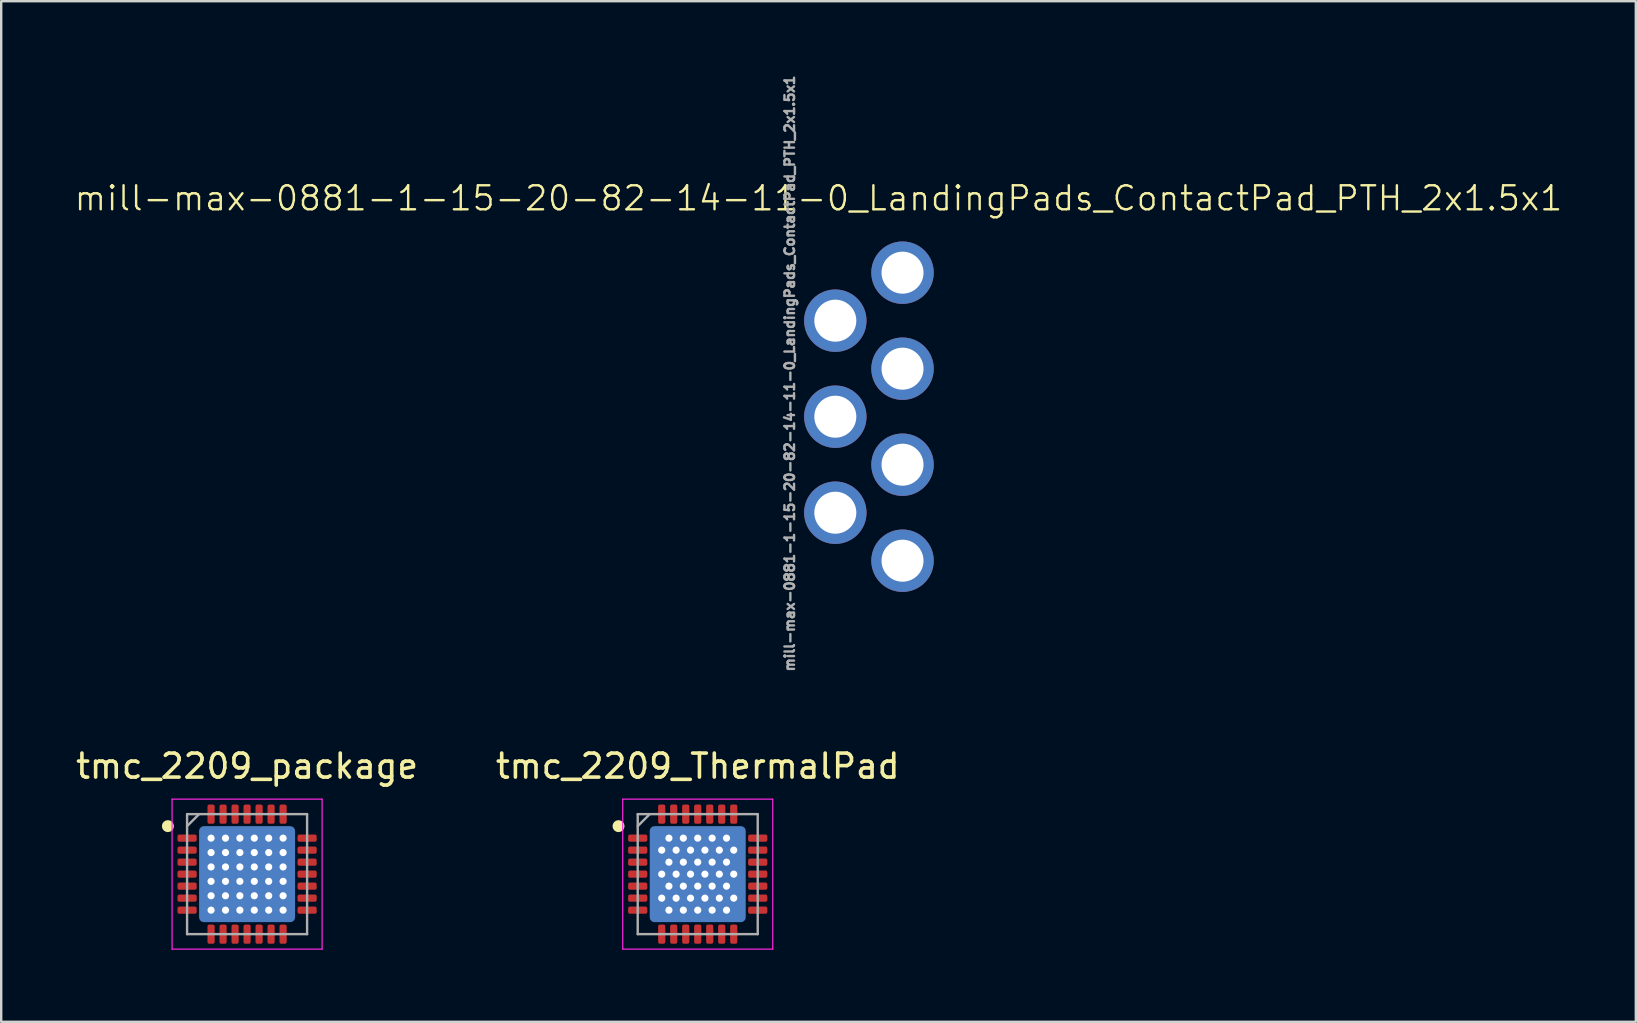
<source format=kicad_pcb>
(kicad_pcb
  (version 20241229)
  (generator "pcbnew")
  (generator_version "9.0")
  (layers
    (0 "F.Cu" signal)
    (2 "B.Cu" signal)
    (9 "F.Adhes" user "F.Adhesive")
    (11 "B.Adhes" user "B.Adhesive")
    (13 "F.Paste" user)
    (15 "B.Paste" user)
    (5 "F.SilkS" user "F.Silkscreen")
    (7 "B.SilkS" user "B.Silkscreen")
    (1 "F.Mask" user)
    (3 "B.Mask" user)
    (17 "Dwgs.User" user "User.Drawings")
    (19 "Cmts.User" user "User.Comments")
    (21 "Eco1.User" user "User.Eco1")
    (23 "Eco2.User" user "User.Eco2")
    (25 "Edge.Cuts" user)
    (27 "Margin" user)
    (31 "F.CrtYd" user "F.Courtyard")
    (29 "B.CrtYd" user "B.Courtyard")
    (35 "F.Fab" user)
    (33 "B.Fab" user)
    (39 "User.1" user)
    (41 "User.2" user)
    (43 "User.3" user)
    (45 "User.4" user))
  (footprint "tmc_2209_package"
    (layer "F.Cu")
    (at 7.244 33.368)
    (property "Reference" "tmc_2209_package" (at 0 -4.5 0) (layer "F.SilkS") (effects (font (size 1 1) (thickness 0.15))))
    (attr smd)
    (fp_circle (center -3.3 -2) (end -3.3 -1.875) (stroke (width 0.25) (type solid)) (fill no) (layer "F.SilkS"))
    (fp_line (start -3.125 -3.125) (end 3.125 -3.125) (stroke (width 0.05) (type solid)) (layer "F.CrtYd"))
    (fp_line (start -3.125 3.125) (end -3.125 -3.125) (stroke (width 0.05) (type solid)) (layer "F.CrtYd"))
    (fp_line (start 3.125 -3.125) (end 3.125 3.125) (stroke (width 0.05) (type solid)) (layer "F.CrtYd"))
    (fp_line (start 3.125 3.125) (end -3.125 3.125) (stroke (width 0.05) (type solid)) (layer "F.CrtYd"))
    (fp_line (start -2.5 -2.5) (end 2.5 -2.5) (stroke (width 0.1) (type solid)) (layer "F.Fab"))
    (fp_line (start -2.5 -2) (end -2 -2.5) (stroke (width 0.1) (type solid)) (layer "F.Fab"))
    (fp_line (start -2.5 2.5) (end -2.5 -2.5) (stroke (width 0.1) (type solid)) (layer "F.Fab"))
    (fp_line (start 2.5 -2.5) (end 2.5 2.5) (stroke (width 0.1) (type solid)) (layer "F.Fab"))
    (fp_line (start 2.5 2.5) (end -2.5 2.5) (stroke (width 0.1) (type solid)) (layer "F.Fab"))
    (pad "" smd roundrect (at -0.95 -0.95) (size 1.7 1.7) (layers "F.Paste") (roundrect_rratio 0.067))
    (pad "" smd roundrect (at -0.95 0.95) (size 1.7 1.7) (layers "F.Paste") (roundrect_rratio 0.067))
    (pad "" smd roundrect (at 0.95 -0.95) (size 1.7 1.7) (layers "F.Paste") (roundrect_rratio 0.067))
    (pad "" smd roundrect (at 0.95 0.95) (size 1.7 1.7) (layers "F.Paste") (roundrect_rratio 0.067))
    (pad "1" smd roundrect (at -2.5 -1.5 90) (size 0.3 0.8) (layers "F.Cu" "F.Mask" "F.Paste") (roundrect_rratio 0.25))
    (pad "2" smd roundrect (at -2.5 -1 90) (size 0.3 0.8) (layers "F.Cu" "F.Mask" "F.Paste") (roundrect_rratio 0.25))
    (pad "3" smd roundrect (at -2.5 -0.5 90) (size 0.3 0.8) (layers "F.Cu" "F.Mask" "F.Paste") (roundrect_rratio 0.25))
    (pad "4" smd roundrect (at -2.5 0 90) (size 0.3 0.8) (layers "F.Cu" "F.Mask" "F.Paste") (roundrect_rratio 0.25))
    (pad "5" smd roundrect (at -2.5 0.5 90) (size 0.3 0.8) (layers "F.Cu" "F.Mask" "F.Paste") (roundrect_rratio 0.25))
    (pad "6" smd roundrect (at -2.5 1 90) (size 0.3 0.8) (layers "F.Cu" "F.Mask" "F.Paste") (roundrect_rratio 0.25))
    (pad "7" smd roundrect (at -2.5 1.5 90) (size 0.3 0.8) (layers "F.Cu" "F.Mask" "F.Paste") (roundrect_rratio 0.25))
    (pad "8" smd roundrect (at -1.5 2.5) (size 0.3 0.8) (layers "F.Cu" "F.Mask" "F.Paste") (roundrect_rratio 0.25))
    (pad "9" smd roundrect (at -1 2.5) (size 0.3 0.8) (layers "F.Cu" "F.Mask" "F.Paste") (roundrect_rratio 0.25))
    (pad "10" smd roundrect (at -0.5 2.5) (size 0.3 0.8) (layers "F.Cu" "F.Mask" "F.Paste") (roundrect_rratio 0.25))
    (pad "11" smd roundrect (at 0 2.5) (size 0.3 0.8) (layers "F.Cu" "F.Mask" "F.Paste") (roundrect_rratio 0.25))
    (pad "12" smd roundrect (at 0.5 2.5) (size 0.3 0.8) (layers "F.Cu" "F.Mask" "F.Paste") (roundrect_rratio 0.25))
    (pad "13" smd roundrect (at 1 2.5) (size 0.3 0.8) (layers "F.Cu" "F.Mask" "F.Paste") (roundrect_rratio 0.25))
    (pad "14" smd roundrect (at 1.5 2.5) (size 0.3 0.8) (layers "F.Cu" "F.Mask" "F.Paste") (roundrect_rratio 0.25))
    (pad "15" smd roundrect (at 2.5 1.5 90) (size 0.3 0.8) (layers "F.Cu" "F.Mask" "F.Paste") (roundrect_rratio 0.25))
    (pad "16" smd roundrect (at 2.5 1 90) (size 0.3 0.8) (layers "F.Cu" "F.Mask" "F.Paste") (roundrect_rratio 0.25))
    (pad "17" smd roundrect (at 2.5 0.5 90) (size 0.3 0.8) (layers "F.Cu" "F.Mask" "F.Paste") (roundrect_rratio 0.25))
    (pad "18" smd roundrect (at 2.5 0 90) (size 0.3 0.8) (layers "F.Cu" "F.Mask" "F.Paste") (roundrect_rratio 0.25))
    (pad "19" smd roundrect (at 2.5 -0.5 90) (size 0.3 0.8) (layers "F.Cu" "F.Mask" "F.Paste") (roundrect_rratio 0.25))
    (pad "20" smd roundrect (at 2.5 -1 90) (size 0.3 0.8) (layers "F.Cu" "F.Mask" "F.Paste") (roundrect_rratio 0.25))
    (pad "21" smd roundrect (at 2.5 -1.5 90) (size 0.3 0.8) (layers "F.Cu" "F.Mask" "F.Paste") (roundrect_rratio 0.25))
    (pad "22" smd roundrect (at 1.5 -2.5) (size 0.3 0.8) (layers "F.Cu" "F.Mask" "F.Paste") (roundrect_rratio 0.25))
    (pad "23" smd roundrect (at 1 -2.5) (size 0.3 0.8) (layers "F.Cu" "F.Mask" "F.Paste") (roundrect_rratio 0.25))
    (pad "24" smd roundrect (at 0.5 -2.5) (size 0.3 0.8) (layers "F.Cu" "F.Mask" "F.Paste") (roundrect_rratio 0.25))
    (pad "25" smd roundrect (at 0 -2.5) (size 0.3 0.8) (layers "F.Cu" "F.Mask" "F.Paste") (roundrect_rratio 0.25))
    (pad "26" smd roundrect (at -0.5 -2.5) (size 0.3 0.8) (layers "F.Cu" "F.Mask" "F.Paste") (roundrect_rratio 0.25))
    (pad "27" smd roundrect (at -1 -2.5) (size 0.3 0.8) (layers "F.Cu" "F.Mask" "F.Paste") (roundrect_rratio 0.25))
    (pad "28" smd roundrect (at -1.5 -2.5) (size 0.3 0.8) (layers "F.Cu" "F.Mask" "F.Paste") (roundrect_rratio 0.25))
    (pad "29" thru_hole circle (at -1.5 -1.5) (size 0.55 0.55) (drill 0.3) (layers "*.Cu" "*.Mask"))
    (pad "29" thru_hole circle (at -1.5 -0.9) (size 0.55 0.55) (drill 0.3) (layers "*.Cu"))
    (pad "29" thru_hole circle (at -1.5 -0.3) (size 0.55 0.55) (drill 0.3) (layers "*.Cu"))
    (pad "29" thru_hole circle (at -1.5 0.3) (size 0.55 0.55) (drill 0.3) (layers "*.Cu"))
    (pad "29" thru_hole circle (at -1.5 0.9) (size 0.55 0.55) (drill 0.3) (layers "*.Cu"))
    (pad "29" thru_hole circle (at -1.5 1.5) (size 0.55 0.55) (drill 0.3) (layers "*.Cu"))
    (pad "29" thru_hole circle (at -0.9 -1.5) (size 0.55 0.55) (drill 0.3) (layers "*.Cu"))
    (pad "29" thru_hole circle (at -0.9 -0.9) (size 0.55 0.55) (drill 0.3) (layers "*.Cu"))
    (pad "29" thru_hole circle (at -0.9 -0.3) (size 0.55 0.55) (drill 0.3) (layers "*.Cu"))
    (pad "29" thru_hole circle (at -0.9 0.3) (size 0.55 0.55) (drill 0.3) (layers "*.Cu"))
    (pad "29" thru_hole circle (at -0.9 0.9) (size 0.55 0.55) (drill 0.3) (layers "*.Cu"))
    (pad "29" thru_hole circle (at -0.9 1.5) (size 0.55 0.55) (drill 0.3) (layers "*.Cu"))
    (pad "29" thru_hole circle (at -0.3 -1.5) (size 0.55 0.55) (drill 0.3) (layers "*.Cu"))
    (pad "29" thru_hole circle (at -0.3 -0.9) (size 0.55 0.55) (drill 0.3) (layers "*.Cu"))
    (pad "29" thru_hole circle (at -0.3 -0.3) (size 0.55 0.55) (drill 0.3) (layers "*.Cu"))
    (pad "29" thru_hole circle (at -0.3 0.3) (size 0.55 0.55) (drill 0.3) (layers "*.Cu"))
    (pad "29" thru_hole circle (at -0.3 0.9) (size 0.55 0.55) (drill 0.3) (layers "*.Cu"))
    (pad "29" thru_hole circle (at -0.3 1.5) (size 0.55 0.55) (drill 0.3) (layers "*.Cu"))
    (pad "29" smd roundrect (at 0 0) (size 3.8 3.8) (layers "F.Cu" "F.Mask") (roundrect_rratio 0.026))
    (pad "29" smd roundrect (at 0 0) (size 4 4) (layers "B.Cu" "B.Mask") (roundrect_rratio 0.05))
    (pad "29" thru_hole circle (at 0.3 -1.5) (size 0.55 0.55) (drill 0.3) (layers "*.Cu"))
    (pad "29" thru_hole circle (at 0.3 -0.9) (size 0.55 0.55) (drill 0.3) (layers "*.Cu"))
    (pad "29" thru_hole circle (at 0.3 -0.3) (size 0.55 0.55) (drill 0.3) (layers "*.Cu"))
    (pad "29" thru_hole circle (at 0.3 0.3) (size 0.55 0.55) (drill 0.3) (layers "*.Cu"))
    (pad "29" thru_hole circle (at 0.3 0.9) (size 0.55 0.55) (drill 0.3) (layers "*.Cu"))
    (pad "29" thru_hole circle (at 0.3 1.5) (size 0.55 0.55) (drill 0.3) (layers "*.Cu"))
    (pad "29" thru_hole circle (at 0.9 -1.5) (size 0.55 0.55) (drill 0.3) (layers "*.Cu"))
    (pad "29" thru_hole circle (at 0.9 -0.9) (size 0.55 0.55) (drill 0.3) (layers "*.Cu"))
    (pad "29" thru_hole circle (at 0.9 -0.3) (size 0.55 0.55) (drill 0.3) (layers "*.Cu"))
    (pad "29" thru_hole circle (at 0.9 0.3) (size 0.55 0.55) (drill 0.3) (layers "*.Cu"))
    (pad "29" thru_hole circle (at 0.9 0.9) (size 0.55 0.55) (drill 0.3) (layers "*.Cu"))
    (pad "29" thru_hole circle (at 0.9 1.5) (size 0.55 0.55) (drill 0.3) (layers "*.Cu"))
    (pad "29" thru_hole circle (at 1.5 -1.5) (size 0.55 0.55) (drill 0.3) (layers "*.Cu"))
    (pad "29" thru_hole circle (at 1.5 -0.9) (size 0.55 0.55) (drill 0.3) (layers "*.Cu"))
    (pad "29" thru_hole circle (at 1.5 -0.3) (size 0.55 0.55) (drill 0.3) (layers "*.Cu"))
    (pad "29" thru_hole circle (at 1.5 0.3) (size 0.55 0.55) (drill 0.3) (layers "*.Cu"))
    (pad "29" thru_hole circle (at 1.5 0.9) (size 0.55 0.55) (drill 0.3) (layers "*.Cu"))
    (pad "29" thru_hole circle (at 1.5 1.5) (size 0.55 0.55) (drill 0.3) (layers "*.Cu")))
  (footprint "tmc_2209_ThermalPad"
    (layer "F.Cu")
    (at 26.018 33.368)
    (property "Reference" "tmc_2209_ThermalPad" (at 0 -4.5 0) (layer "F.SilkS") (effects (font (size 1 1) (thickness 0.15))))
    (attr smd)
    (fp_circle (center -3.3 -2) (end -3.3 -1.875) (stroke (width 0.25) (type solid)) (fill no) (layer "F.SilkS"))
    (fp_line (start -3.125 -3.125) (end 3.125 -3.125) (stroke (width 0.05) (type solid)) (layer "F.CrtYd"))
    (fp_line (start -3.125 3.125) (end -3.125 -3.125) (stroke (width 0.05) (type solid)) (layer "F.CrtYd"))
    (fp_line (start 3.125 -3.125) (end 3.125 3.125) (stroke (width 0.05) (type solid)) (layer "F.CrtYd"))
    (fp_line (start 3.125 3.125) (end -3.125 3.125) (stroke (width 0.05) (type solid)) (layer "F.CrtYd"))
    (fp_line (start -2.5 -2.5) (end 2.5 -2.5) (stroke (width 0.1) (type solid)) (layer "F.Fab"))
    (fp_line (start -2.5 -2) (end -2 -2.5) (stroke (width 0.1) (type solid)) (layer "F.Fab"))
    (fp_line (start -2.5 2.5) (end -2.5 -2.5) (stroke (width 0.1) (type solid)) (layer "F.Fab"))
    (fp_line (start 2.5 -2.5) (end 2.5 2.5) (stroke (width 0.1) (type solid)) (layer "F.Fab"))
    (fp_line (start 2.5 2.5) (end -2.5 2.5) (stroke (width 0.1) (type solid)) (layer "F.Fab"))
    (pad "" smd roundrect (at -0.925 -0.925) (size 1.65 1.65) (layers "F.Paste") (roundrect_rratio 0.067))
    (pad "" smd roundrect (at -0.925 0.925) (size 1.65 1.65) (layers "F.Paste") (roundrect_rratio 0.067))
    (pad "" smd roundrect (at 0 0) (size 3.7 3.7) (layers "F.Mask") (roundrect_rratio 0.026))
    (pad "" smd roundrect (at 0.925 -0.925) (size 1.65 1.65) (layers "F.Paste") (roundrect_rratio 0.067))
    (pad "" smd roundrect (at 0.925 0.925) (size 1.65 1.65) (layers "F.Paste") (roundrect_rratio 0.067))
    (pad "1" smd roundrect (at -2.5 -1.5 90) (size 0.3 0.8) (layers "F.Cu" "F.Mask" "F.Paste") (roundrect_rratio 0.25))
    (pad "2" smd roundrect (at -2.5 -1 90) (size 0.3 0.8) (layers "F.Cu" "F.Mask" "F.Paste") (roundrect_rratio 0.25))
    (pad "3" smd roundrect (at -2.5 -0.5 90) (size 0.3 0.8) (layers "F.Cu" "F.Mask" "F.Paste") (roundrect_rratio 0.25))
    (pad "4" smd roundrect (at -2.5 0 90) (size 0.3 0.8) (layers "F.Cu" "F.Mask" "F.Paste") (roundrect_rratio 0.25))
    (pad "5" smd roundrect (at -2.5 0.5 90) (size 0.3 0.8) (layers "F.Cu" "F.Mask" "F.Paste") (roundrect_rratio 0.25))
    (pad "6" smd roundrect (at -2.5 1 90) (size 0.3 0.8) (layers "F.Cu" "F.Mask" "F.Paste") (roundrect_rratio 0.25))
    (pad "7" smd roundrect (at -2.5 1.5 90) (size 0.3 0.8) (layers "F.Cu" "F.Mask" "F.Paste") (roundrect_rratio 0.25))
    (pad "8" smd roundrect (at -1.5 2.5) (size 0.3 0.8) (layers "F.Cu" "F.Mask" "F.Paste") (roundrect_rratio 0.25))
    (pad "9" smd roundrect (at -1 2.5) (size 0.3 0.8) (layers "F.Cu" "F.Mask" "F.Paste") (roundrect_rratio 0.25))
    (pad "10" smd roundrect (at -0.5 2.5) (size 0.3 0.8) (layers "F.Cu" "F.Mask" "F.Paste") (roundrect_rratio 0.25))
    (pad "11" smd roundrect (at 0 2.5) (size 0.3 0.8) (layers "F.Cu" "F.Mask" "F.Paste") (roundrect_rratio 0.25))
    (pad "12" smd roundrect (at 0.5 2.5) (size 0.3 0.8) (layers "F.Cu" "F.Mask" "F.Paste") (roundrect_rratio 0.25))
    (pad "13" smd roundrect (at 1 2.5) (size 0.3 0.8) (layers "F.Cu" "F.Mask" "F.Paste") (roundrect_rratio 0.25))
    (pad "14" smd roundrect (at 1.5 2.5) (size 0.3 0.8) (layers "F.Cu" "F.Mask" "F.Paste") (roundrect_rratio 0.25))
    (pad "15" smd roundrect (at 2.5 1.5 90) (size 0.3 0.8) (layers "F.Cu" "F.Mask" "F.Paste") (roundrect_rratio 0.25))
    (pad "16" smd roundrect (at 2.5 1 90) (size 0.3 0.8) (layers "F.Cu" "F.Mask" "F.Paste") (roundrect_rratio 0.25))
    (pad "17" smd roundrect (at 2.5 0.5 90) (size 0.3 0.8) (layers "F.Cu" "F.Mask" "F.Paste") (roundrect_rratio 0.25))
    (pad "18" smd roundrect (at 2.5 0 90) (size 0.3 0.8) (layers "F.Cu" "F.Mask" "F.Paste") (roundrect_rratio 0.25))
    (pad "19" smd roundrect (at 2.5 -0.5 90) (size 0.3 0.8) (layers "F.Cu" "F.Mask" "F.Paste") (roundrect_rratio 0.25))
    (pad "20" smd roundrect (at 2.5 -1 90) (size 0.3 0.8) (layers "F.Cu" "F.Mask" "F.Paste") (roundrect_rratio 0.25))
    (pad "21" smd roundrect (at 2.5 -1.5 90) (size 0.3 0.8) (layers "F.Cu" "F.Mask" "F.Paste") (roundrect_rratio 0.25))
    (pad "22" smd roundrect (at 1.5 -2.5) (size 0.3 0.8) (layers "F.Cu" "F.Mask" "F.Paste") (roundrect_rratio 0.25))
    (pad "23" smd roundrect (at 1 -2.5) (size 0.3 0.8) (layers "F.Cu" "F.Mask" "F.Paste") (roundrect_rratio 0.25))
    (pad "24" smd roundrect (at 0.5 -2.5) (size 0.3 0.8) (layers "F.Cu" "F.Mask" "F.Paste") (roundrect_rratio 0.25))
    (pad "25" smd roundrect (at 0 -2.5) (size 0.3 0.8) (layers "F.Cu" "F.Mask" "F.Paste") (roundrect_rratio 0.25))
    (pad "26" smd roundrect (at -0.5 -2.5) (size 0.3 0.8) (layers "F.Cu" "F.Mask" "F.Paste") (roundrect_rratio 0.25))
    (pad "27" smd roundrect (at -1 -2.5) (size 0.3 0.8) (layers "F.Cu" "F.Mask" "F.Paste") (roundrect_rratio 0.25))
    (pad "28" smd roundrect (at -1.5 -2.5) (size 0.3 0.8) (layers "F.Cu" "F.Mask" "F.Paste") (roundrect_rratio 0.25))
    (pad "29" thru_hole circle (at -1.5 -1) (size 0.55 0.55) (drill 0.3) (layers "*.Cu"))
    (pad "29" thru_hole circle (at -1.5 0) (size 0.55 0.55) (drill 0.3) (layers "*.Cu"))
    (pad "29" thru_hole circle (at -1.5 1) (size 0.55 0.55) (drill 0.3) (layers "*.Cu"))
    (pad "29" thru_hole circle (at -1.2 -1.5) (size 0.55 0.55) (drill 0.3) (layers "*.Cu"))
    (pad "29" thru_hole circle (at -1.2 -0.5) (size 0.55 0.55) (drill 0.3) (layers "*.Cu"))
    (pad "29" thru_hole circle (at -1.2 0.5) (size 0.55 0.55) (drill 0.3) (layers "*.Cu"))
    (pad "29" thru_hole circle (at -1.2 1.5) (size 0.55 0.55) (drill 0.3) (layers "*.Cu"))
    (pad "29" thru_hole circle (at -0.9 -1) (size 0.55 0.55) (drill 0.3) (layers "*.Cu"))
    (pad "29" thru_hole circle (at -0.9 0) (size 0.55 0.55) (drill 0.3) (layers "*.Cu"))
    (pad "29" thru_hole circle (at -0.9 1) (size 0.55 0.55) (drill 0.3) (layers "*.Cu"))
    (pad "29" thru_hole circle (at -0.6 -1.5) (size 0.55 0.55) (drill 0.3) (layers "*.Cu"))
    (pad "29" thru_hole circle (at -0.6 -0.5) (size 0.55 0.55) (drill 0.3) (layers "*.Cu"))
    (pad "29" thru_hole circle (at -0.6 0.5) (size 0.55 0.55) (drill 0.3) (layers "*.Cu"))
    (pad "29" thru_hole circle (at -0.6 1.5) (size 0.55 0.55) (drill 0.3) (layers "*.Cu"))
    (pad "29" thru_hole circle (at -0.3 -1) (size 0.55 0.55) (drill 0.3) (layers "*.Cu"))
    (pad "29" thru_hole circle (at -0.3 0) (size 0.55 0.55) (drill 0.3) (layers "*.Cu"))
    (pad "29" thru_hole circle (at -0.3 1) (size 0.55 0.55) (drill 0.3) (layers "*.Cu"))
    (pad "29" thru_hole circle (at 0 -1.5) (size 0.55 0.55) (drill 0.3) (layers "*.Cu"))
    (pad "29" thru_hole circle (at 0 -0.5) (size 0.55 0.55) (drill 0.3) (layers "*.Cu"))
    (pad "29" smd roundrect (at 0 0) (size 3.8 3.8) (layers "F.Cu") (roundrect_rratio 0.026))
    (pad "29" smd roundrect (at 0 0) (size 4 4) (layers "B.Cu") (roundrect_rratio 0.05))
    (pad "29" thru_hole circle (at 0 0.5) (size 0.55 0.55) (drill 0.3) (layers "*.Cu"))
    (pad "29" thru_hole circle (at 0 1.5) (size 0.55 0.55) (drill 0.3) (layers "*.Cu"))
    (pad "29" thru_hole circle (at 0.3 -1) (size 0.55 0.55) (drill 0.3) (layers "*.Cu"))
    (pad "29" thru_hole circle (at 0.3 0) (size 0.55 0.55) (drill 0.3) (layers "*.Cu"))
    (pad "29" thru_hole circle (at 0.3 1) (size 0.55 0.55) (drill 0.3) (layers "*.Cu"))
    (pad "29" thru_hole circle (at 0.6 -1.5) (size 0.55 0.55) (drill 0.3) (layers "*.Cu"))
    (pad "29" thru_hole circle (at 0.6 -0.5) (size 0.55 0.55) (drill 0.3) (layers "*.Cu"))
    (pad "29" thru_hole circle (at 0.6 0.5) (size 0.55 0.55) (drill 0.3) (layers "*.Cu"))
    (pad "29" thru_hole circle (at 0.6 1.5) (size 0.55 0.55) (drill 0.3) (layers "*.Cu"))
    (pad "29" thru_hole circle (at 0.9 -1) (size 0.55 0.55) (drill 0.3) (layers "*.Cu"))
    (pad "29" thru_hole circle (at 0.9 0) (size 0.55 0.55) (drill 0.3) (layers "*.Cu"))
    (pad "29" thru_hole circle (at 0.9 1) (size 0.55 0.55) (drill 0.3) (layers "*.Cu"))
    (pad "29" thru_hole circle (at 1.2 -1.5) (size 0.55 0.55) (drill 0.3) (layers "*.Cu"))
    (pad "29" thru_hole circle (at 1.2 -0.5) (size 0.55 0.55) (drill 0.3) (layers "*.Cu"))
    (pad "29" thru_hole circle (at 1.2 0.5) (size 0.55 0.55) (drill 0.3) (layers "*.Cu"))
    (pad "29" thru_hole circle (at 1.2 1.5) (size 0.55 0.55) (drill 0.3) (layers "*.Cu"))
    (pad "29" thru_hole circle (at 1.5 -1) (size 0.55 0.55) (drill 0.3) (layers "*.Cu"))
    (pad "29" thru_hole circle (at 1.5 0) (size 0.55 0.55) (drill 0.3) (layers "*.Cu"))
    (pad "29" thru_hole circle (at 1.5 1) (size 0.55 0.55) (drill 0.3) (layers "*.Cu")))
  (footprint "mill-max-0881-1-15-20-82-14-11-0_LandingPads_ContactPad_PTH_2x1.5x1"
    (layer "F.Cu")
    (at 34.55 8.31)
    (property "Reference" "mill-max-0881-1-15-20-82-14-11-0_LandingPads_ContactPad_PTH_2x1.5x1" (at -3.5 -3.1 0) (unlocked yes) (layer "F.SilkS") (effects (font (size 1 1) (thickness 0.1))))
    (attr smd)
    (fp_text user "${REFERENCE}" (at -4.7 4.2 90) (unlocked yes) (layer "F.Fab") (effects (font (size 0.4 0.4) (thickness 0.1))))
    (pad "1" thru_hole circle (at 0 0) (size 2.6 2.6) (drill 1.75) (layers "*.Cu" "*.Mask"))
    (pad "2" thru_hole circle (at -2.8 2) (size 2.6 2.6) (drill 1.75) (layers "*.Cu" "*.Mask"))
    (pad "3" thru_hole circle (at 0 4) (size 2.6 2.6) (drill 1.75) (layers "*.Cu" "*.Mask"))
    (pad "4" thru_hole circle (at -2.8 6) (size 2.6 2.6) (drill 1.75) (layers "*.Cu" "*.Mask"))
    (pad "5" thru_hole circle (at 0 8) (size 2.6 2.6) (drill 1.75) (layers "*.Cu" "*.Mask"))
    (pad "6" thru_hole circle (at -2.8 10) (size 2.6 2.6) (drill 1.75) (layers "*.Cu" "*.Mask"))
    (pad "7" thru_hole circle (at 0 12) (size 2.6 2.6) (drill 1.75) (layers "*.Cu" "*.Mask")))
  (gr_rect
    (start -3 -3)
    (end 65.1 39.518)
    (stroke (width 0.1) (type default))
    (fill no)
    (layer "Edge.Cuts")))
</source>
